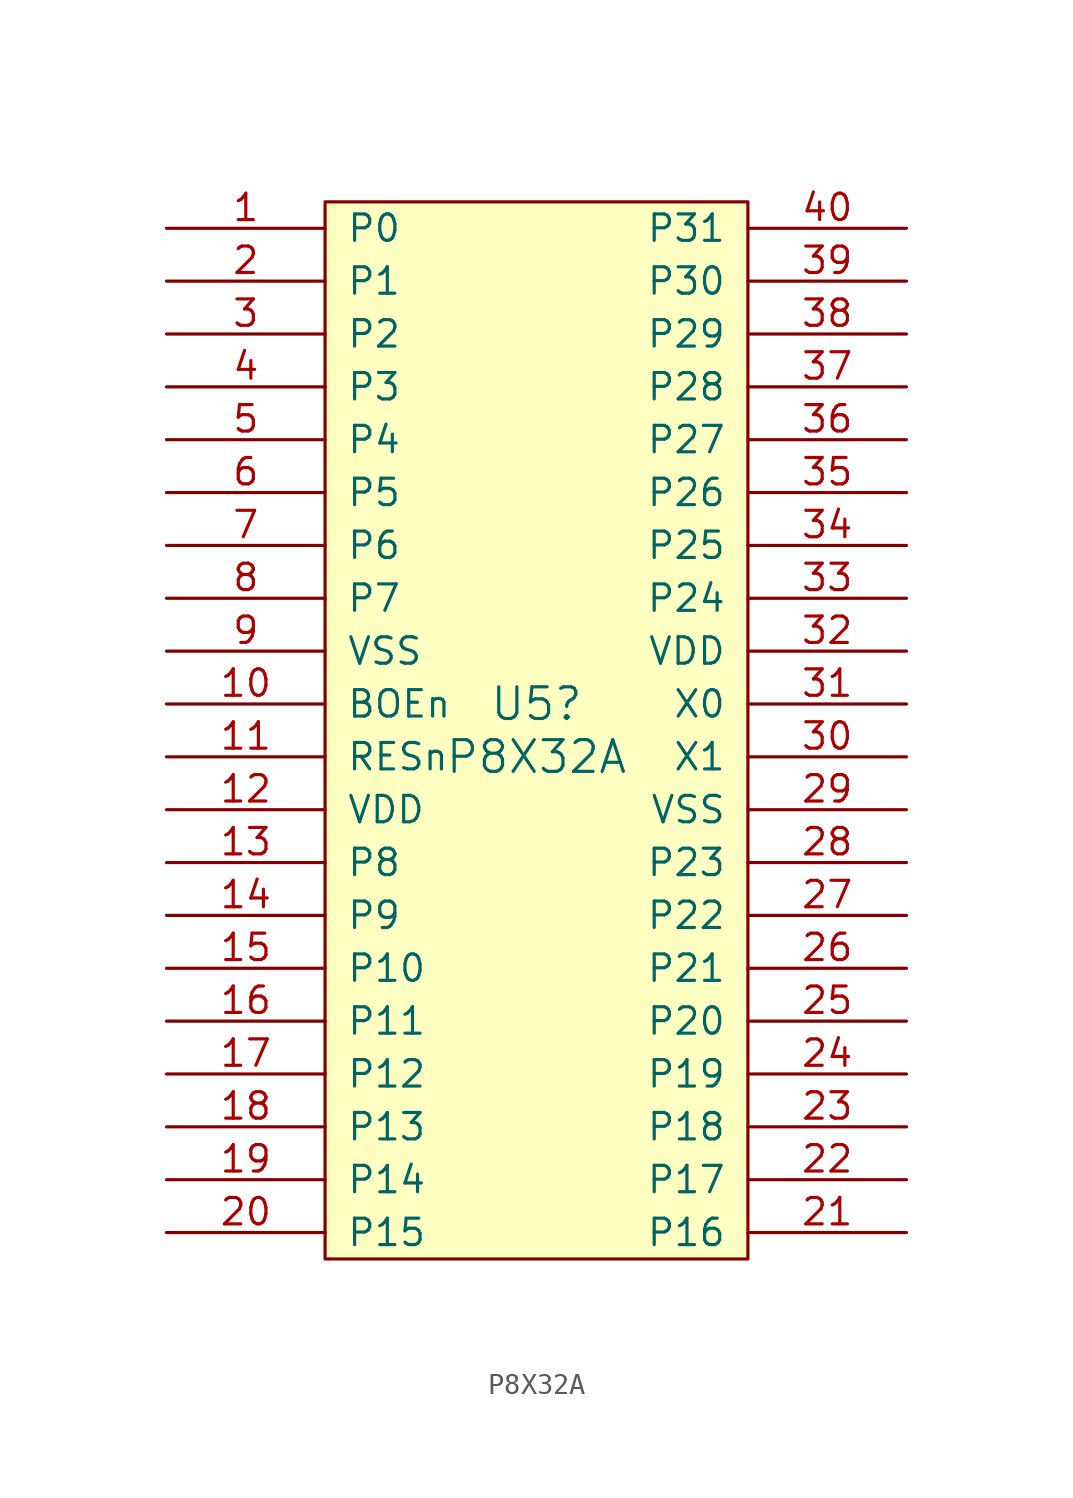
<source format=kicad_sym>
(kicad_symbol_lib
  (version 20211014)
  (generator kicad_symbol_editor)
  (symbol "P8X32A"
    (pin_names
      (offset 1.016))
    (property "Reference" "U5"
      (at 0 1.27 0)
      (effects (font (size 1.524 1.524))))
    (property "Value" "P8X32A"
      (at 0 -1.27 0)
      (effects (font (size 1.524 1.524))))
    (symbol "P8X32A_0_1"
      (rectangle (start -10.16 25.4) (end 10.16 -25.4) (stroke (width 0) (type default) (color 0 0 0 0)) (fill (type background))))
    (symbol "P8X32A_1_1"
      (pin input line (at -17.78 24.13 0) (length 7.62) (name "P0" (effects (font (size 1.27 1.27)))) (number "1" (effects (font (size 1.27 1.27)))))
      (pin input line (at -17.78 1.27 0) (length 7.62) (name "BOEn" (effects (font (size 1.27 1.27)))) (number "10" (effects (font (size 1.27 1.27)))))
      (pin input line (at -17.78 -1.27 0) (length 7.62) (name "RESn" (effects (font (size 1.27 1.27)))) (number "11" (effects (font (size 1.27 1.27)))))
      (pin input line (at -17.78 -3.81 0) (length 7.62) (name "VDD" (effects (font (size 1.27 1.27)))) (number "12" (effects (font (size 1.27 1.27)))))
      (pin input line (at -17.78 -6.35 0) (length 7.62) (name "P8" (effects (font (size 1.27 1.27)))) (number "13" (effects (font (size 1.27 1.27)))))
      (pin input line (at -17.78 -8.89 0) (length 7.62) (name "P9" (effects (font (size 1.27 1.27)))) (number "14" (effects (font (size 1.27 1.27)))))
      (pin input line (at -17.78 -11.43 0) (length 7.62) (name "P10" (effects (font (size 1.27 1.27)))) (number "15" (effects (font (size 1.27 1.27)))))
      (pin input line (at -17.78 -13.97 0) (length 7.62) (name "P11" (effects (font (size 1.27 1.27)))) (number "16" (effects (font (size 1.27 1.27)))))
      (pin input line (at -17.78 -16.51 0) (length 7.62) (name "P12" (effects (font (size 1.27 1.27)))) (number "17" (effects (font (size 1.27 1.27)))))
      (pin input line (at -17.78 -19.05 0) (length 7.62) (name "P13" (effects (font (size 1.27 1.27)))) (number "18" (effects (font (size 1.27 1.27)))))
      (pin input line (at -17.78 -21.59 0) (length 7.62) (name "P14" (effects (font (size 1.27 1.27)))) (number "19" (effects (font (size 1.27 1.27)))))
      (pin input line (at -17.78 21.59 0) (length 7.62) (name "P1" (effects (font (size 1.27 1.27)))) (number "2" (effects (font (size 1.27 1.27)))))
      (pin input line (at -17.78 -24.13 0) (length 7.62) (name "P15" (effects (font (size 1.27 1.27)))) (number "20" (effects (font (size 1.27 1.27)))))
      (pin input line (at 17.78 -24.13 180) (length 7.62) (name "P16" (effects (font (size 1.27 1.27)))) (number "21" (effects (font (size 1.27 1.27)))))
      (pin input line (at 17.78 -21.59 180) (length 7.62) (name "P17" (effects (font (size 1.27 1.27)))) (number "22" (effects (font (size 1.27 1.27)))))
      (pin input line (at 17.78 -19.05 180) (length 7.62) (name "P18" (effects (font (size 1.27 1.27)))) (number "23" (effects (font (size 1.27 1.27)))))
      (pin input line (at 17.78 -16.51 180) (length 7.62) (name "P19" (effects (font (size 1.27 1.27)))) (number "24" (effects (font (size 1.27 1.27)))))
      (pin input line (at 17.78 -13.97 180) (length 7.62) (name "P20" (effects (font (size 1.27 1.27)))) (number "25" (effects (font (size 1.27 1.27)))))
      (pin input line (at 17.78 -11.43 180) (length 7.62) (name "P21" (effects (font (size 1.27 1.27)))) (number "26" (effects (font (size 1.27 1.27)))))
      (pin input line (at 17.78 -8.89 180) (length 7.62) (name "P22" (effects (font (size 1.27 1.27)))) (number "27" (effects (font (size 1.27 1.27)))))
      (pin input line (at 17.78 -6.35 180) (length 7.62) (name "P23" (effects (font (size 1.27 1.27)))) (number "28" (effects (font (size 1.27 1.27)))))
      (pin input line (at 17.78 -3.81 180) (length 7.62) (name "VSS" (effects (font (size 1.27 1.27)))) (number "29" (effects (font (size 1.27 1.27)))))
      (pin input line (at -17.78 19.05 0) (length 7.62) (name "P2" (effects (font (size 1.27 1.27)))) (number "3" (effects (font (size 1.27 1.27)))))
      (pin input line (at 17.78 -1.27 180) (length 7.62) (name "X1" (effects (font (size 1.27 1.27)))) (number "30" (effects (font (size 1.27 1.27)))))
      (pin input line (at 17.78 1.27 180) (length 7.62) (name "X0" (effects (font (size 1.27 1.27)))) (number "31" (effects (font (size 1.27 1.27)))))
      (pin input line (at 17.78 3.81 180) (length 7.62) (name "VDD" (effects (font (size 1.27 1.27)))) (number "32" (effects (font (size 1.27 1.27)))))
      (pin input line (at 17.78 6.35 180) (length 7.62) (name "P24" (effects (font (size 1.27 1.27)))) (number "33" (effects (font (size 1.27 1.27)))))
      (pin input line (at 17.78 8.89 180) (length 7.62) (name "P25" (effects (font (size 1.27 1.27)))) (number "34" (effects (font (size 1.27 1.27)))))
      (pin input line (at 17.78 11.43 180) (length 7.62) (name "P26" (effects (font (size 1.27 1.27)))) (number "35" (effects (font (size 1.27 1.27)))))
      (pin input line (at 17.78 13.97 180) (length 7.62) (name "P27" (effects (font (size 1.27 1.27)))) (number "36" (effects (font (size 1.27 1.27)))))
      (pin input line (at 17.78 16.51 180) (length 7.62) (name "P28" (effects (font (size 1.27 1.27)))) (number "37" (effects (font (size 1.27 1.27)))))
      (pin input line (at 17.78 19.05 180) (length 7.62) (name "P29" (effects (font (size 1.27 1.27)))) (number "38" (effects (font (size 1.27 1.27)))))
      (pin input line (at 17.78 21.59 180) (length 7.62) (name "P30" (effects (font (size 1.27 1.27)))) (number "39" (effects (font (size 1.27 1.27)))))
      (pin input line (at -17.78 16.51 0) (length 7.62) (name "P3" (effects (font (size 1.27 1.27)))) (number "4" (effects (font (size 1.27 1.27)))))
      (pin input line (at 17.78 24.13 180) (length 7.62) (name "P31" (effects (font (size 1.27 1.27)))) (number "40" (effects (font (size 1.27 1.27)))))
      (pin input line (at -17.78 13.97 0) (length 7.62) (name "P4" (effects (font (size 1.27 1.27)))) (number "5" (effects (font (size 1.27 1.27)))))
      (pin input line (at -17.78 11.43 0) (length 7.62) (name "P5" (effects (font (size 1.27 1.27)))) (number "6" (effects (font (size 1.27 1.27)))))
      (pin input line (at -17.78 8.89 0) (length 7.62) (name "P6" (effects (font (size 1.27 1.27)))) (number "7" (effects (font (size 1.27 1.27)))))
      (pin input line (at -17.78 6.35 0) (length 7.62) (name "P7" (effects (font (size 1.27 1.27)))) (number "8" (effects (font (size 1.27 1.27)))))
      (pin input line (at -17.78 3.81 0) (length 7.62) (name "VSS" (effects (font (size 1.27 1.27)))) (number "9" (effects (font (size 1.27 1.27))))))))
</source>
